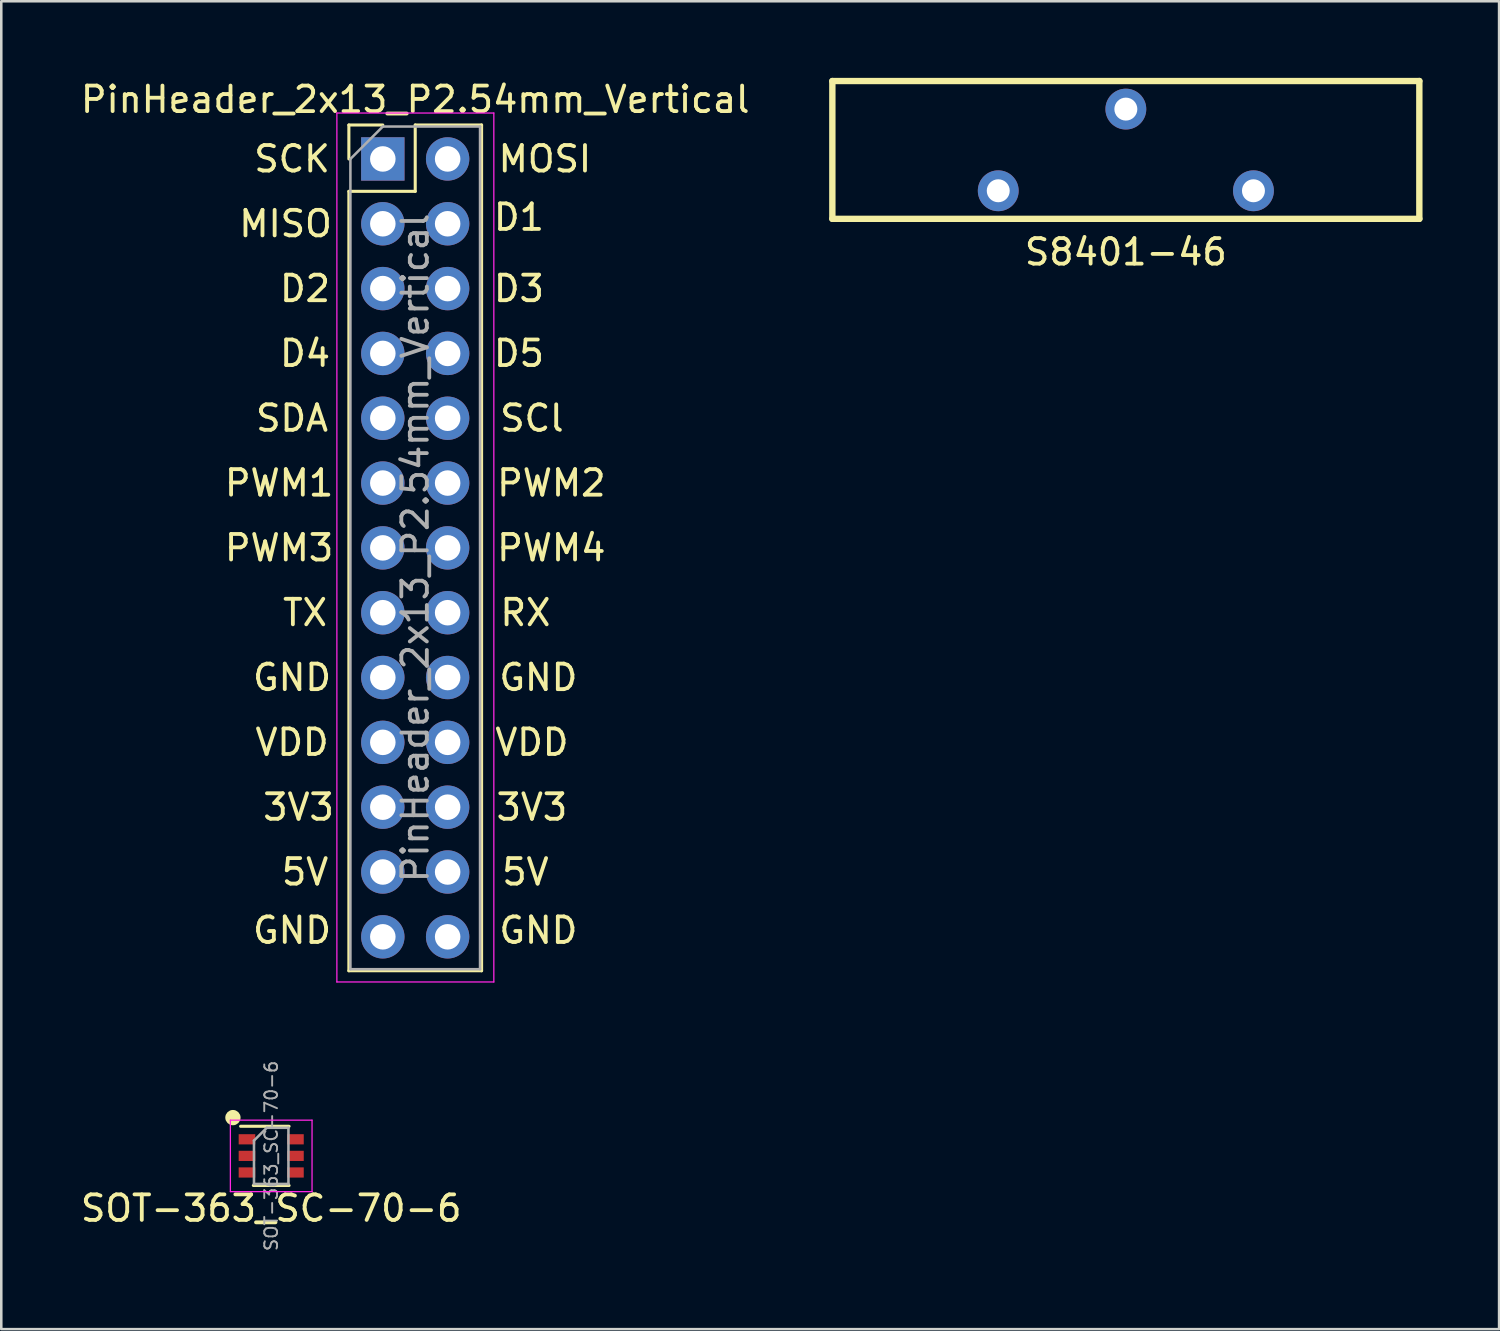
<source format=kicad_pcb>
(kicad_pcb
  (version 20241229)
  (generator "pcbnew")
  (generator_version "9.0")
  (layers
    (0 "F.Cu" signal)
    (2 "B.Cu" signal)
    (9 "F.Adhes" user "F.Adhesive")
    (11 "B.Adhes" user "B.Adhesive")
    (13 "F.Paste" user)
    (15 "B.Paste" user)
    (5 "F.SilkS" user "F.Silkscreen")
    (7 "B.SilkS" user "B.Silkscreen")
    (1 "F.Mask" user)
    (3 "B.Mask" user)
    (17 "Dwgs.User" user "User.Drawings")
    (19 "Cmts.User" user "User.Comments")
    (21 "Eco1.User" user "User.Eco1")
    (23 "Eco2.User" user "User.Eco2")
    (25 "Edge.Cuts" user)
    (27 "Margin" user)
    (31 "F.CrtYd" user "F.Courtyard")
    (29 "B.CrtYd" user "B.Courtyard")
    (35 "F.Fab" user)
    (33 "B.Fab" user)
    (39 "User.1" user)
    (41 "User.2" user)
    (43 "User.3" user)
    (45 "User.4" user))
  (footprint "S8401-46"
    (layer "F.Cu")
    (at 41.065 2.825)
    (property "Reference" "S8401-46" (at 0 4 0) (layer "F.SilkS") (effects (font (size 1 1) (thickness 0.15))))
    (attr through_hole)
    (fp_line (start -11.5 -2.7) (end -11.5 2.7) (stroke (width 0.25) (type solid)) (layer "F.SilkS"))
    (fp_line (start -11.5 -2.7) (end 11.5 -2.7) (stroke (width 0.25) (type solid)) (layer "F.SilkS"))
    (fp_line (start -11.5 2.7) (end 11.5 2.7) (stroke (width 0.25) (type solid)) (layer "F.SilkS"))
    (fp_line (start 11.5 2.7) (end 11.5 -2.7) (stroke (width 0.25) (type solid)) (layer "F.SilkS"))
    (pad "1" thru_hole circle (at 0 -1.6) (size 1.6 1.6) (drill 0.9) (layers "*.Cu" "*.Mask"))
    (pad "2" thru_hole circle (at 5 1.6) (size 1.6 1.6) (drill 0.9) (layers "*.Cu" "*.Mask"))
    (pad "3" thru_hole circle (at -5 1.6) (size 1.6 1.6) (drill 0.9) (layers "*.Cu" "*.Mask")))
  (footprint "SOT-363_SC-70-6"
    (layer "F.Cu")
    (at 7.577 42.242)
    (property "Reference" "SOT-363_SC-70-6" (at 0 2.053 0) (layer "F.SilkS") (effects (font (size 1 1) (thickness 0.15))))
    (attr smd)
    (fp_line (start -0.7 1.16) (end 0.7 1.16) (stroke (width 0.12) (type solid)) (layer "F.SilkS"))
    (fp_line (start 0.7 -1.16) (end -1.2 -1.16) (stroke (width 0.12) (type solid)) (layer "F.SilkS"))
    (fp_circle (center -1.5 -1.5) (end -1.5 -1.5) (stroke (width 0.3) (type solid)) (fill no) (layer "F.SilkS"))
    (fp_line (start -1.6 -1.4) (end -1.6 1.4) (stroke (width 0.05) (type solid)) (layer "F.CrtYd"))
    (fp_line (start -1.6 -1.4) (end 1.6 -1.4) (stroke (width 0.05) (type solid)) (layer "F.CrtYd"))
    (fp_line (start -1.6 1.4) (end 1.6 1.4) (stroke (width 0.05) (type solid)) (layer "F.CrtYd"))
    (fp_line (start 1.6 1.4) (end 1.6 -1.4) (stroke (width 0.05) (type solid)) (layer "F.CrtYd"))
    (fp_line (start -0.675 -0.6) (end -0.675 1.1) (stroke (width 0.1) (type solid)) (layer "F.Fab"))
    (fp_line (start -0.175 -1.1) (end -0.675 -0.6) (stroke (width 0.1) (type solid)) (layer "F.Fab"))
    (fp_line (start 0.675 -1.1) (end -0.175 -1.1) (stroke (width 0.1) (type solid)) (layer "F.Fab"))
    (fp_line (start 0.675 -1.1) (end 0.675 1.1) (stroke (width 0.1) (type solid)) (layer "F.Fab"))
    (fp_line (start 0.675 1.1) (end -0.675 1.1) (stroke (width 0.1) (type solid)) (layer "F.Fab"))
    (fp_text user "${REFERENCE}" (at 0 0 90) (layer "F.Fab") (effects (font (size 0.5 0.5) (thickness 0.075))))
    (pad "1" smd rect (at -0.95 -0.65) (size 0.65 0.4) (layers "F.Cu" "F.Mask" "F.Paste"))
    (pad "2" smd rect (at -0.95 0) (size 0.65 0.4) (layers "F.Cu" "F.Mask" "F.Paste"))
    (pad "3" smd rect (at -0.95 0.65) (size 0.65 0.4) (layers "F.Cu" "F.Mask" "F.Paste"))
    (pad "4" smd rect (at 0.95 0.65) (size 0.65 0.4) (layers "F.Cu" "F.Mask" "F.Paste"))
    (pad "5" smd rect (at 0.95 0) (size 0.65 0.4) (layers "F.Cu" "F.Mask" "F.Paste"))
    (pad "6" smd rect (at 0.95 -0.65) (size 0.65 0.4) (layers "F.Cu" "F.Mask" "F.Paste")))
  (footprint "PinHeader_2x13_P2.54mm_Vertical"
    (layer "F.Cu")
    (at 11.95 3.178)
    (property "Reference" "PinHeader_2x13_P2.54mm_Vertical" (at 1.27 -2.33 0) (layer "F.SilkS") (effects (font (size 1 1) (thickness 0.15))))
    (attr through_hole)
    (fp_line (start -1.33 -1.33) (end 0 -1.33) (stroke (width 0.12) (type solid)) (layer "F.SilkS"))
    (fp_line (start -1.33 0) (end -1.33 -1.33) (stroke (width 0.12) (type solid)) (layer "F.SilkS"))
    (fp_line (start -1.33 1.27) (end -1.33 31.81) (stroke (width 0.12) (type solid)) (layer "F.SilkS"))
    (fp_line (start -1.33 1.27) (end 1.27 1.27) (stroke (width 0.12) (type solid)) (layer "F.SilkS"))
    (fp_line (start -1.33 31.81) (end 3.87 31.81) (stroke (width 0.12) (type solid)) (layer "F.SilkS"))
    (fp_line (start 1.27 -1.33) (end 3.87 -1.33) (stroke (width 0.12) (type solid)) (layer "F.SilkS"))
    (fp_line (start 1.27 1.27) (end 1.27 -1.33) (stroke (width 0.12) (type solid)) (layer "F.SilkS"))
    (fp_line (start 3.87 -1.33) (end 3.87 31.81) (stroke (width 0.12) (type solid)) (layer "F.SilkS"))
    (fp_line (start -1.8 -1.8) (end -1.8 32.25) (stroke (width 0.05) (type solid)) (layer "F.CrtYd"))
    (fp_line (start -1.8 32.25) (end 4.35 32.25) (stroke (width 0.05) (type solid)) (layer "F.CrtYd"))
    (fp_line (start 4.35 -1.8) (end -1.8 -1.8) (stroke (width 0.05) (type solid)) (layer "F.CrtYd"))
    (fp_line (start 4.35 32.25) (end 4.35 -1.8) (stroke (width 0.05) (type solid)) (layer "F.CrtYd"))
    (fp_line (start -1.27 0) (end 0 -1.27) (stroke (width 0.1) (type solid)) (layer "F.Fab"))
    (fp_line (start -1.27 31.75) (end -1.27 0) (stroke (width 0.1) (type solid)) (layer "F.Fab"))
    (fp_line (start 0 -1.27) (end 3.81 -1.27) (stroke (width 0.1) (type solid)) (layer "F.Fab"))
    (fp_line (start 3.81 -1.27) (end 3.81 31.75) (stroke (width 0.1) (type solid)) (layer "F.Fab"))
    (fp_line (start 3.81 31.75) (end -1.27 31.75) (stroke (width 0.1) (type solid)) (layer "F.Fab"))
    (fp_text user "MOSI" (at 6.35 0 0) (layer "F.SilkS") (effects (font (size 1 1) (thickness 0.15))))
    (fp_text user "D5" (at 5.334 7.62 0) (layer "F.SilkS") (effects (font (size 1 1) (thickness 0.15))))
    (fp_text user "RX" (at 5.588 17.78 0) (layer "F.SilkS") (effects (font (size 1 1) (thickness 0.15))))
    (fp_text user "D3" (at 5.334 5.08 0) (layer "F.SilkS") (effects (font (size 1 1) (thickness 0.15))))
    (fp_text user "PWM2" (at 6.604 12.7 0) (layer "F.SilkS") (effects (font (size 1 1) (thickness 0.15))))
    (fp_text user "PWM1" (at -4.064 12.7 180) (layer "F.SilkS") (effects (font (size 1 1) (thickness 0.15))))
    (fp_text user "5V" (at -3.048 27.94 0) (layer "F.SilkS") (effects (font (size 1 1) (thickness 0.15))))
    (fp_text user "GND" (at -3.556 30.226 0) (layer "F.SilkS") (effects (font (size 1 1) (thickness 0.15))))
    (fp_text user "SDA" (at -3.556 10.16 0) (layer "F.SilkS") (effects (font (size 1 1) (thickness 0.15))))
    (fp_text user "GND" (at 6.096 30.226 0) (layer "F.SilkS") (effects (font (size 1 1) (thickness 0.15))))
    (fp_text user "3V3" (at 5.842 25.4 0) (layer "F.SilkS") (effects (font (size 1 1) (thickness 0.15))))
    (fp_text user "PWM3" (at -4.064 15.24 0) (layer "F.SilkS") (effects (font (size 1 1) (thickness 0.15))))
    (fp_text user "3V3" (at -3.302 25.4 0) (layer "F.SilkS") (effects (font (size 1 1) (thickness 0.15))))
    (fp_text user "VDD" (at 5.842 22.86 0) (layer "F.SilkS") (effects (font (size 1 1) (thickness 0.15))))
    (fp_text user "D1" (at 5.334 2.286 0) (layer "F.SilkS") (effects (font (size 1 1) (thickness 0.15))))
    (fp_text user "TX" (at -3.048 17.78 0) (layer "F.SilkS") (effects (font (size 1 1) (thickness 0.15))))
    (fp_text user "VDD" (at -3.556 22.86 0) (layer "F.SilkS") (effects (font (size 1 1) (thickness 0.15))))
    (fp_text user "PWM4" (at 6.604 15.24 0) (layer "F.SilkS") (effects (font (size 1 1) (thickness 0.15))))
    (fp_text user "GND" (at 6.096 20.32 0) (layer "F.SilkS") (effects (font (size 1 1) (thickness 0.15))))
    (fp_text user "GND" (at -3.556 20.32 0) (layer "F.SilkS") (effects (font (size 1 1) (thickness 0.15))))
    (fp_text user "SCK" (at -3.556 0 0) (layer "F.SilkS") (effects (font (size 1 1) (thickness 0.15))))
    (fp_text user "D2" (at -3.048 5.08 0) (layer "F.SilkS") (effects (font (size 1 1) (thickness 0.15))))
    (fp_text user "MISO" (at -3.81 2.54 0) (layer "F.SilkS") (effects (font (size 1 1) (thickness 0.15))))
    (fp_text user "5V" (at 5.588 27.94 0) (layer "F.SilkS") (effects (font (size 1 1) (thickness 0.15))))
    (fp_text user "D4" (at -3.048 7.62 0) (layer "F.SilkS") (effects (font (size 1 1) (thickness 0.15))))
    (fp_text user "SCl" (at 5.842 10.16 0) (layer "F.SilkS") (effects (font (size 1 1) (thickness 0.15))))
    (fp_text user "${REFERENCE}" (at 1.27 15.24 90) (layer "F.Fab") (effects (font (size 1 1) (thickness 0.15))))
    (pad "1" thru_hole rect (at 0 0) (size 1.7 1.7) (drill 1) (layers "*.Cu" "*.Mask"))
    (pad "2" thru_hole oval (at 2.54 0) (size 1.7 1.7) (drill 1) (layers "*.Cu" "*.Mask"))
    (pad "3" thru_hole oval (at 0 2.54) (size 1.7 1.7) (drill 1) (layers "*.Cu" "*.Mask"))
    (pad "4" thru_hole oval (at 2.54 2.54) (size 1.7 1.7) (drill 1) (layers "*.Cu" "*.Mask"))
    (pad "5" thru_hole oval (at 0 5.08) (size 1.7 1.7) (drill 1) (layers "*.Cu" "*.Mask"))
    (pad "6" thru_hole oval (at 2.54 5.08) (size 1.7 1.7) (drill 1) (layers "*.Cu" "*.Mask"))
    (pad "7" thru_hole oval (at 0 7.62) (size 1.7 1.7) (drill 1) (layers "*.Cu" "*.Mask"))
    (pad "8" thru_hole oval (at 2.54 7.62) (size 1.7 1.7) (drill 1) (layers "*.Cu" "*.Mask"))
    (pad "9" thru_hole oval (at 0 10.16) (size 1.7 1.7) (drill 1) (layers "*.Cu" "*.Mask"))
    (pad "10" thru_hole oval (at 2.54 10.16) (size 1.7 1.7) (drill 1) (layers "*.Cu" "*.Mask"))
    (pad "11" thru_hole oval (at 0 12.7) (size 1.7 1.7) (drill 1) (layers "*.Cu" "*.Mask"))
    (pad "12" thru_hole oval (at 2.54 12.7) (size 1.7 1.7) (drill 1) (layers "*.Cu" "*.Mask"))
    (pad "13" thru_hole oval (at 0 15.24) (size 1.7 1.7) (drill 1) (layers "*.Cu" "*.Mask"))
    (pad "14" thru_hole oval (at 2.54 15.24) (size 1.7 1.7) (drill 1) (layers "*.Cu" "*.Mask"))
    (pad "15" thru_hole oval (at 0 17.78) (size 1.7 1.7) (drill 1) (layers "*.Cu" "*.Mask"))
    (pad "16" thru_hole oval (at 2.54 17.78) (size 1.7 1.7) (drill 1) (layers "*.Cu" "*.Mask"))
    (pad "17" thru_hole oval (at 0 20.32) (size 1.7 1.7) (drill 1) (layers "*.Cu" "*.Mask"))
    (pad "18" thru_hole oval (at 2.54 20.32) (size 1.7 1.7) (drill 1) (layers "*.Cu" "*.Mask"))
    (pad "19" thru_hole oval (at 0 22.86) (size 1.7 1.7) (drill 1) (layers "*.Cu" "*.Mask"))
    (pad "20" thru_hole oval (at 2.54 22.86) (size 1.7 1.7) (drill 1) (layers "*.Cu" "*.Mask"))
    (pad "21" thru_hole oval (at 0 25.4) (size 1.7 1.7) (drill 1) (layers "*.Cu" "*.Mask"))
    (pad "22" thru_hole oval (at 2.54 25.4) (size 1.7 1.7) (drill 1) (layers "*.Cu" "*.Mask"))
    (pad "23" thru_hole oval (at 0 27.94) (size 1.7 1.7) (drill 1) (layers "*.Cu" "*.Mask"))
    (pad "24" thru_hole oval (at 2.54 27.94) (size 1.7 1.7) (drill 1) (layers "*.Cu" "*.Mask"))
    (pad "25" thru_hole oval (at 0 30.48) (size 1.7 1.7) (drill 1) (layers "*.Cu" "*.Mask"))
    (pad "26" thru_hole oval (at 2.54 30.48) (size 1.7 1.7) (drill 1) (layers "*.Cu" "*.Mask")))
  (gr_rect
    (start -3 -3)
    (end 55.69 49.031)
    (stroke (width 0.1) (type default))
    (fill no)
    (layer "Edge.Cuts")))
</source>
